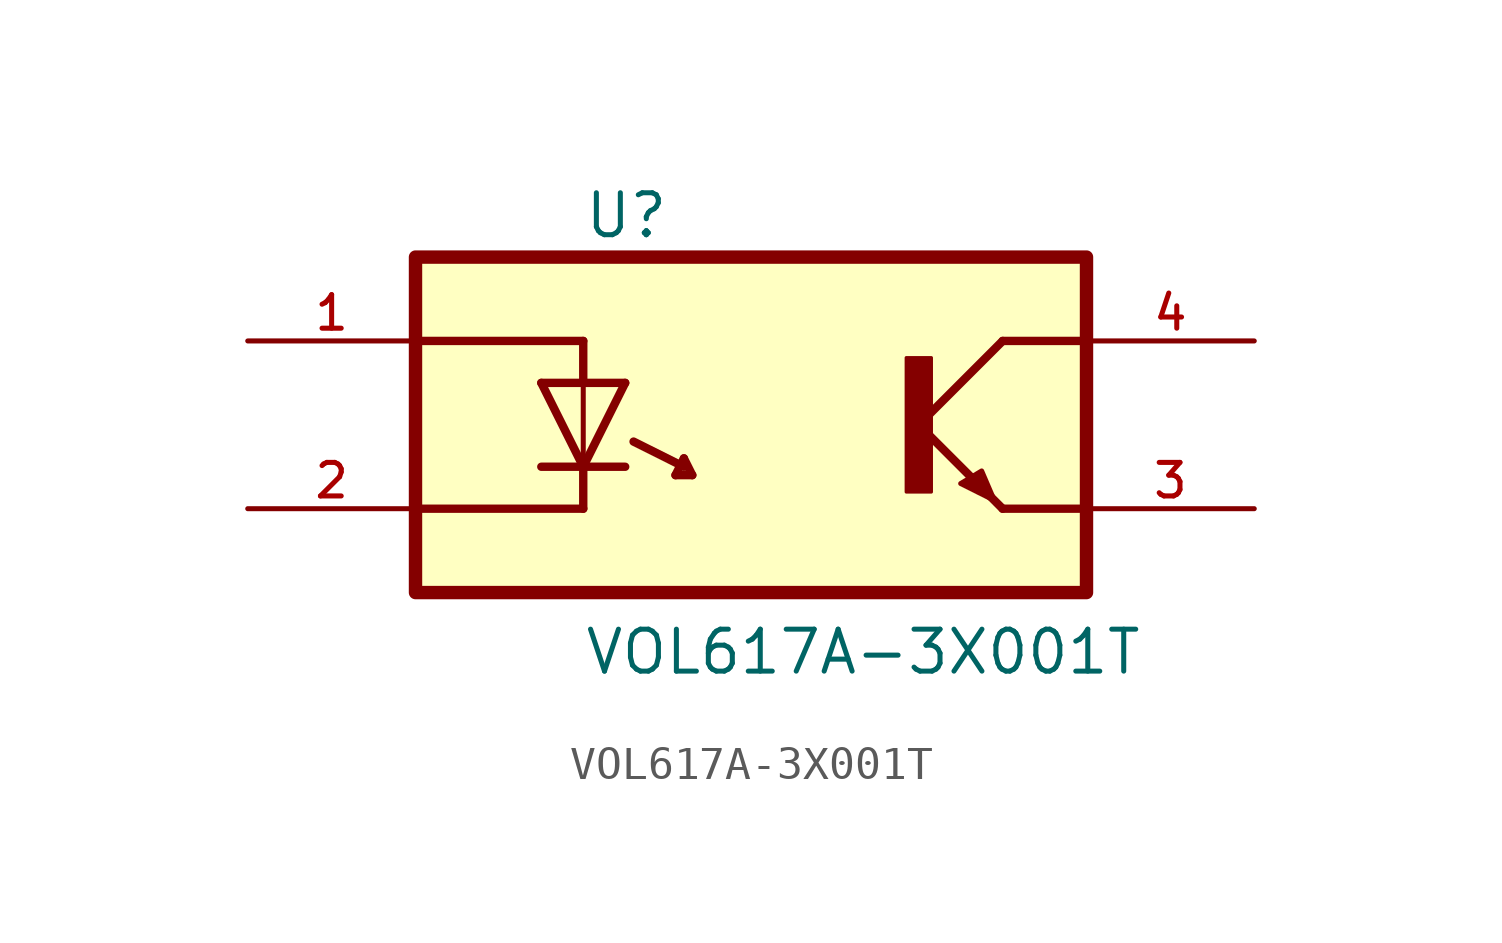
<source format=kicad_sym>
(kicad_symbol_lib
  (version 20211014)
  (generator kicad_symbol_editor)
  (symbol "VOL617A-3X001T"
    (pin_names
      (offset 1.016))
    (property "Reference" "U"
      (at -5.085 5.594 0)
      (effects (font (size 1.27 1.27)) (justify bottom left)))
    (property "Value" "VOL617A-3X001T"
      (at -5.081 -7.622 0)
      (effects (font (size 1.27 1.27)) (justify bottom left)))
    (symbol "VOL617A-3X001T_0_0"
      (polyline (pts (xy 7.62 2.54) (xy 5.08 0.0)) (stroke (width 0.254)))
      (polyline (pts (xy 5.08 0.0) (xy 7.62 -2.54)) (stroke (width 0.254)))
      (rectangle (start 4.702 -2.033) (end 5.461 2.032) (stroke (width 0.1)) (fill (type outline)))
      (polyline (pts (xy 6.985 -1.397) (xy 7.366 -2.286) (xy 6.35 -1.778) (xy 6.985 -1.397)) (stroke (width 0.152)) (fill (type outline)))
      (polyline (pts (xy 7.62 -2.54) (xy 10.16 -2.54)) (stroke (width 0.254)))
      (polyline (pts (xy 7.62 2.54) (xy 10.16 2.54)) (stroke (width 0.254)))
      (polyline (pts (xy -6.35 1.27) (xy -5.08 -1.27)) (stroke (width 0.254)))
      (polyline (pts (xy -5.08 -1.27) (xy -3.81 1.27)) (stroke (width 0.254)))
      (polyline (pts (xy -6.35 -1.27) (xy -5.08 -1.27)) (stroke (width 0.254)))
      (polyline (pts (xy -5.08 -1.27) (xy -3.81 -1.27)) (stroke (width 0.254)))
      (polyline (pts (xy -6.35 1.27) (xy -5.08 1.27)) (stroke (width 0.254)))
      (polyline (pts (xy -5.08 1.27) (xy -3.81 1.27)) (stroke (width 0.254)))
      (polyline (pts (xy -5.08 1.27) (xy -5.08 -1.27)) (stroke (width 0.152)))
      (polyline (pts (xy -5.08 -1.27) (xy -5.08 -2.54)) (stroke (width 0.254)))
      (polyline (pts (xy -5.08 1.27) (xy -5.08 2.54)) (stroke (width 0.254)))
      (polyline (pts (xy -10.16 2.54) (xy -5.08 2.54)) (stroke (width 0.254)))
      (polyline (pts (xy -10.16 -2.54) (xy -5.08 -2.54)) (stroke (width 0.254)))
      (polyline (pts (xy -3.556 -0.508) (xy -2.032 -1.27)) (stroke (width 0.254)))
      (polyline (pts (xy -2.286 -1.524) (xy -2.032 -1.016)) (stroke (width 0.254)))
      (polyline (pts (xy -2.032 -1.016) (xy -1.778 -1.524)) (stroke (width 0.254)))
      (polyline (pts (xy -1.778 -1.524) (xy -2.286 -1.524)) (stroke (width 0.254)))
      (rectangle (start -10.16 -5.08) (end 10.16 5.08) (stroke (width 0.406)) (fill (type background)))
      (pin passive line (at -15.24 2.54 0) (length 5.08) (name "~" (effects (font (size 1.016 1.016)))) (number "1" (effects (font (size 1.016 1.016)))))
      (pin passive line (at -15.24 -2.54 0) (length 5.08) (name "~" (effects (font (size 1.016 1.016)))) (number "2" (effects (font (size 1.016 1.016)))))
      (pin passive line (at 15.24 2.54 180.0) (length 5.08) (name "~" (effects (font (size 1.016 1.016)))) (number "4" (effects (font (size 1.016 1.016)))))
      (pin passive line (at 15.24 -2.54 180.0) (length 5.08) (name "~" (effects (font (size 1.016 1.016)))) (number "3" (effects (font (size 1.016 1.016))))))))
</source>
